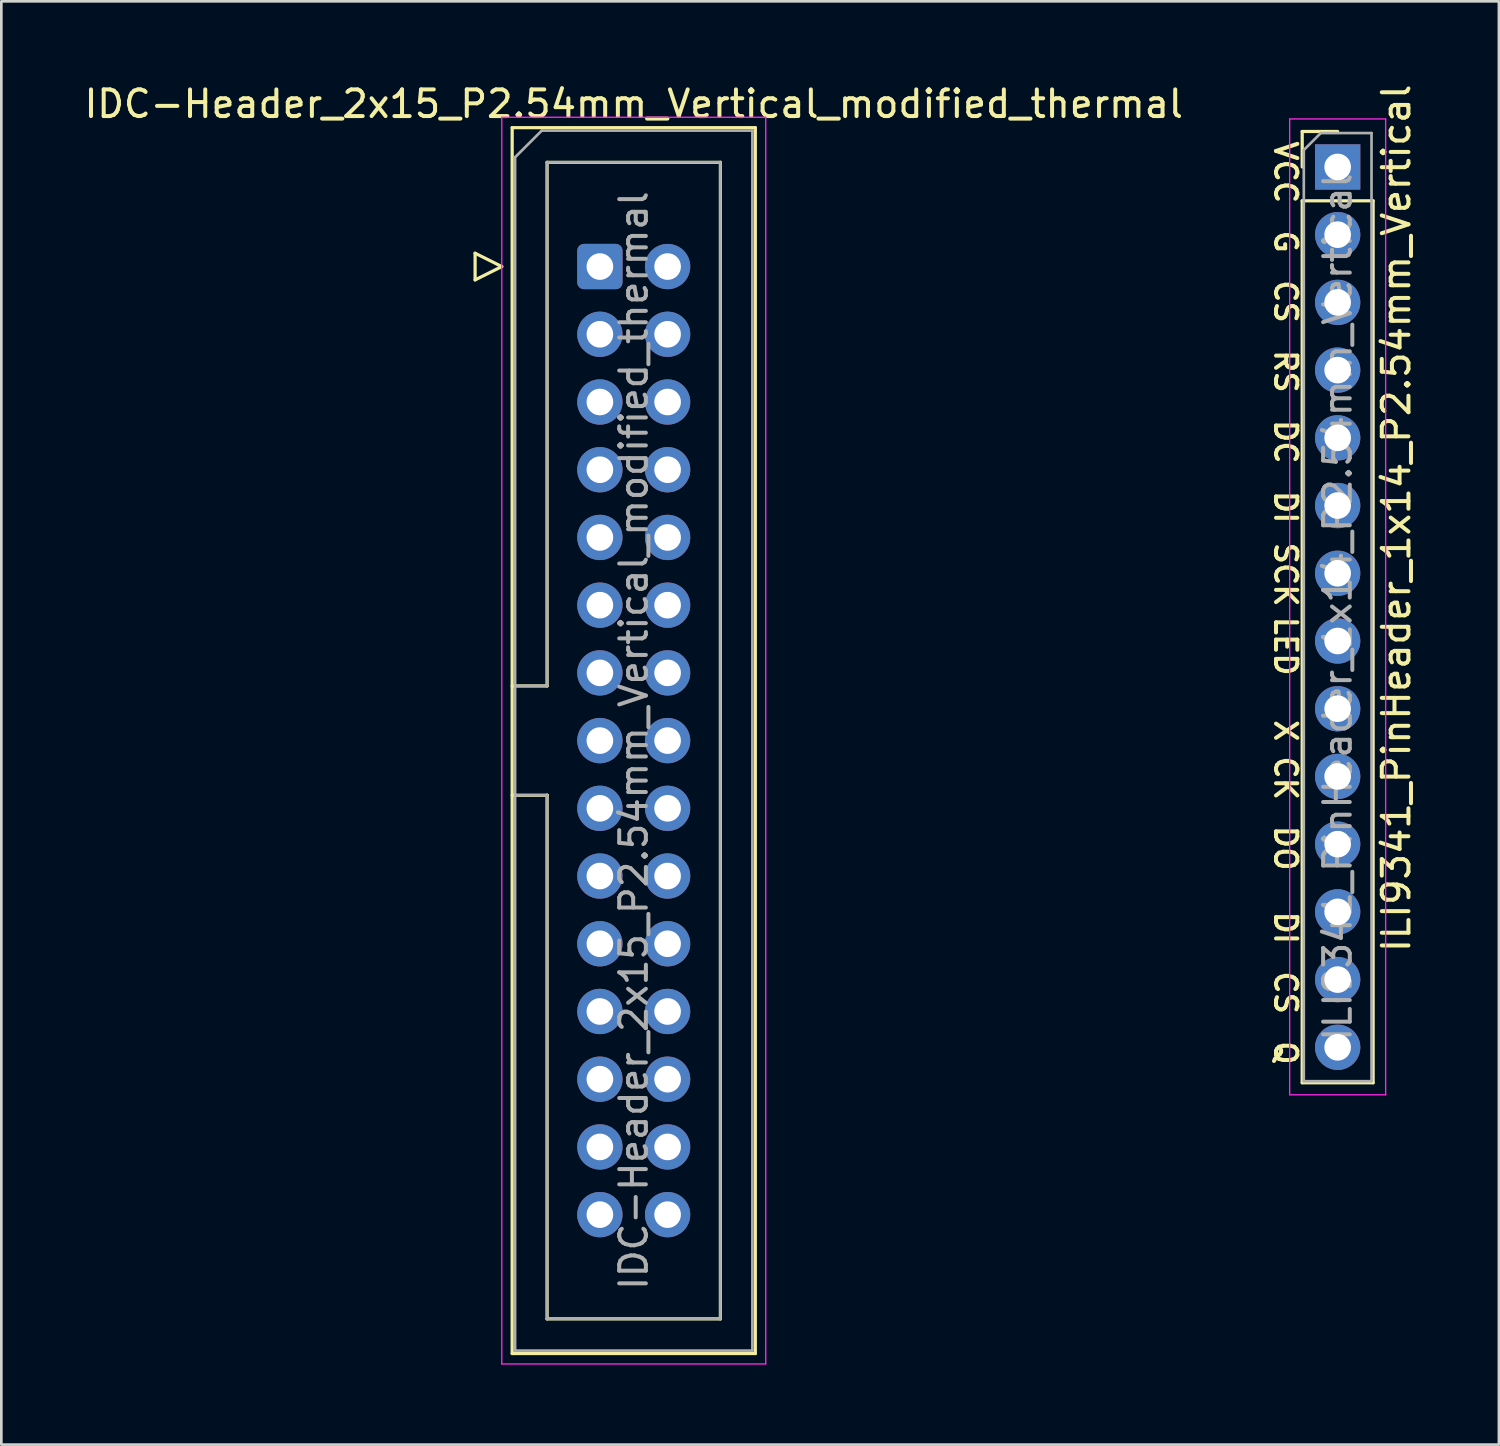
<source format=kicad_pcb>
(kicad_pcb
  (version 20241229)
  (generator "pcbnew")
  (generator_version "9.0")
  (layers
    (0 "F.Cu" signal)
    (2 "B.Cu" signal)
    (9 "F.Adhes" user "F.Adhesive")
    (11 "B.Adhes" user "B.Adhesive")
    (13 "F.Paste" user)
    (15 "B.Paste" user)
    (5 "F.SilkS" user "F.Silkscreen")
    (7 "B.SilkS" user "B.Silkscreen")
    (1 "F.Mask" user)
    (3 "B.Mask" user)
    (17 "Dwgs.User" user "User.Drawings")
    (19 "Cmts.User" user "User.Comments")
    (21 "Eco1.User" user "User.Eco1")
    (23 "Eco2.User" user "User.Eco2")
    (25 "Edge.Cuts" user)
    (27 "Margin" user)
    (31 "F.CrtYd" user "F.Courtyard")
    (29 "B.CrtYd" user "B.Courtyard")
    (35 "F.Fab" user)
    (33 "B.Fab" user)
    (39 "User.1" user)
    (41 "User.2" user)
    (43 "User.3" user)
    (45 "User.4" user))
  (footprint "IDC-Header_2x15_P2.54mm_Vertical_modified_thermal"
    (layer "F.Cu")
    (at 19.45 6.948)
    (property "Reference" "IDC-Header_2x15_P2.54mm_Vertical_modified_thermal" (at 1.27 -6.1 0) (layer "F.SilkS") (effects (font (size 1 1) (thickness 0.15))))
    (attr through_hole)
    (fp_line (start -4.68 -0.5) (end -4.68 0.5) (stroke (width 0.12) (type solid)) (layer "F.SilkS"))
    (fp_line (start -4.68 0.5) (end -3.68 0) (stroke (width 0.12) (type solid)) (layer "F.SilkS"))
    (fp_line (start -3.68 0) (end -4.68 -0.5) (stroke (width 0.12) (type solid)) (layer "F.SilkS"))
    (fp_line (start -3.29 -5.21) (end 5.83 -5.21) (stroke (width 0.12) (type solid)) (layer "F.SilkS"))
    (fp_line (start -3.29 15.73) (end -1.98 15.73) (stroke (width 0.12) (type solid)) (layer "F.SilkS"))
    (fp_line (start -3.29 40.77) (end -3.29 -5.21) (stroke (width 0.12) (type solid)) (layer "F.SilkS"))
    (fp_line (start -1.98 -3.91) (end 4.52 -3.91) (stroke (width 0.12) (type solid)) (layer "F.SilkS"))
    (fp_line (start -1.98 15.73) (end -1.98 -3.91) (stroke (width 0.12) (type solid)) (layer "F.SilkS"))
    (fp_line (start -1.98 19.83) (end -3.29 19.83) (stroke (width 0.12) (type solid)) (layer "F.SilkS"))
    (fp_line (start -1.98 19.83) (end -1.98 19.83) (stroke (width 0.12) (type solid)) (layer "F.SilkS"))
    (fp_line (start -1.98 39.47) (end -1.98 19.83) (stroke (width 0.12) (type solid)) (layer "F.SilkS"))
    (fp_line (start 4.52 -3.91) (end 4.52 39.47) (stroke (width 0.12) (type solid)) (layer "F.SilkS"))
    (fp_line (start 4.52 39.47) (end -1.98 39.47) (stroke (width 0.12) (type solid)) (layer "F.SilkS"))
    (fp_line (start 5.83 -5.21) (end 5.83 40.77) (stroke (width 0.12) (type solid)) (layer "F.SilkS"))
    (fp_line (start 5.83 40.77) (end -3.29 40.77) (stroke (width 0.12) (type solid)) (layer "F.SilkS"))
    (fp_line (start -3.68 -5.6) (end -3.68 41.16) (stroke (width 0.05) (type solid)) (layer "F.CrtYd"))
    (fp_line (start -3.68 41.16) (end 6.22 41.16) (stroke (width 0.05) (type solid)) (layer "F.CrtYd"))
    (fp_line (start 6.22 -5.6) (end -3.68 -5.6) (stroke (width 0.05) (type solid)) (layer "F.CrtYd"))
    (fp_line (start 6.22 41.16) (end 6.22 -5.6) (stroke (width 0.05) (type solid)) (layer "F.CrtYd"))
    (fp_line (start -3.18 -4.1) (end -2.18 -5.1) (stroke (width 0.1) (type solid)) (layer "F.Fab"))
    (fp_line (start -3.18 15.73) (end -1.98 15.73) (stroke (width 0.1) (type solid)) (layer "F.Fab"))
    (fp_line (start -3.18 40.66) (end -3.18 -4.1) (stroke (width 0.1) (type solid)) (layer "F.Fab"))
    (fp_line (start -2.18 -5.1) (end 5.72 -5.1) (stroke (width 0.1) (type solid)) (layer "F.Fab"))
    (fp_line (start -1.98 -3.91) (end 4.52 -3.91) (stroke (width 0.1) (type solid)) (layer "F.Fab"))
    (fp_line (start -1.98 15.73) (end -1.98 -3.91) (stroke (width 0.1) (type solid)) (layer "F.Fab"))
    (fp_line (start -1.98 19.83) (end -3.18 19.83) (stroke (width 0.1) (type solid)) (layer "F.Fab"))
    (fp_line (start -1.98 19.83) (end -1.98 19.83) (stroke (width 0.1) (type solid)) (layer "F.Fab"))
    (fp_line (start -1.98 39.47) (end -1.98 19.83) (stroke (width 0.1) (type solid)) (layer "F.Fab"))
    (fp_line (start 4.52 -3.91) (end 4.52 39.47) (stroke (width 0.1) (type solid)) (layer "F.Fab"))
    (fp_line (start 4.52 39.47) (end -1.98 39.47) (stroke (width 0.1) (type solid)) (layer "F.Fab"))
    (fp_line (start 5.72 -5.1) (end 5.72 40.66) (stroke (width 0.1) (type solid)) (layer "F.Fab"))
    (fp_line (start 5.72 40.66) (end -3.18 40.66) (stroke (width 0.1) (type solid)) (layer "F.Fab"))
    (fp_text user "${REFERENCE}" (at 1.27 17.78 90) (layer "F.Fab") (effects (font (size 1 1) (thickness 0.15))))
    (pad "1" thru_hole roundrect (at 0 0) (size 1.7 1.7) (drill 1) (layers "*.Cu" "*.Mask") (roundrect_rratio 0.147))
    (pad "2" thru_hole circle (at 2.54 0 45) (size 1.7 1.7) (drill 1) (layers "*.Cu" "*.Mask"))
    (pad "3" thru_hole circle (at 0 2.54) (size 1.7 1.7) (drill 1) (layers "*.Cu" "*.Mask"))
    (pad "4" thru_hole circle (at 2.54 2.54 45) (size 1.7 1.7) (drill 1) (layers "*.Cu" "*.Mask"))
    (pad "5" thru_hole circle (at 0 5.08) (size 1.7 1.7) (drill 1) (layers "*.Cu" "*.Mask"))
    (pad "6" thru_hole circle (at 2.54 5.08 45) (size 1.7 1.7) (drill 1) (layers "*.Cu" "*.Mask"))
    (pad "7" thru_hole circle (at 0 7.62) (size 1.7 1.7) (drill 1) (layers "*.Cu" "*.Mask"))
    (pad "8" thru_hole circle (at 2.54 7.62 45) (size 1.7 1.7) (drill 1) (layers "*.Cu" "*.Mask"))
    (pad "9" thru_hole circle (at 0 10.16) (size 1.7 1.7) (drill 1) (layers "*.Cu" "*.Mask"))
    (pad "10" thru_hole circle (at 2.54 10.16 45) (size 1.7 1.7) (drill 1) (layers "*.Cu" "*.Mask"))
    (pad "11" thru_hole circle (at 0 12.7) (size 1.7 1.7) (drill 1) (layers "*.Cu" "*.Mask"))
    (pad "12" thru_hole circle (at 2.54 12.7 45) (size 1.7 1.7) (drill 1) (layers "*.Cu" "*.Mask"))
    (pad "13" thru_hole circle (at 0 15.24) (size 1.7 1.7) (drill 1) (layers "*.Cu" "*.Mask"))
    (pad "14" thru_hole circle (at 2.54 15.24 45) (size 1.7 1.7) (drill 1) (layers "*.Cu" "*.Mask"))
    (pad "15" thru_hole circle (at 0 17.78) (size 1.7 1.7) (drill 1) (layers "*.Cu" "*.Mask"))
    (pad "16" thru_hole circle (at 2.54 17.78 45) (size 1.7 1.7) (drill 1) (layers "*.Cu" "*.Mask"))
    (pad "17" thru_hole circle (at 0 20.32) (size 1.7 1.7) (drill 1) (layers "*.Cu" "*.Mask"))
    (pad "18" thru_hole circle (at 2.54 20.32 45) (size 1.7 1.7) (drill 1) (layers "*.Cu" "*.Mask"))
    (pad "19" thru_hole circle (at 0 22.86) (size 1.7 1.7) (drill 1) (layers "*.Cu" "*.Mask"))
    (pad "20" thru_hole circle (at 2.54 22.86 45) (size 1.7 1.7) (drill 1) (layers "*.Cu" "*.Mask"))
    (pad "21" thru_hole circle (at 0 25.4) (size 1.7 1.7) (drill 1) (layers "*.Cu" "*.Mask"))
    (pad "22" thru_hole circle (at 2.54 25.4 45) (size 1.7 1.7) (drill 1) (layers "*.Cu" "*.Mask"))
    (pad "23" thru_hole circle (at 0 27.94) (size 1.7 1.7) (drill 1) (layers "*.Cu" "*.Mask"))
    (pad "24" thru_hole circle (at 2.54 27.94 45) (size 1.7 1.7) (drill 1) (layers "*.Cu" "*.Mask"))
    (pad "25" thru_hole circle (at 0 30.48) (size 1.7 1.7) (drill 1) (layers "*.Cu" "*.Mask"))
    (pad "26" thru_hole circle (at 2.54 30.48 45) (size 1.7 1.7) (drill 1) (layers "*.Cu" "*.Mask"))
    (pad "27" thru_hole circle (at 0 33.02) (size 1.7 1.7) (drill 1) (layers "*.Cu" "*.Mask"))
    (pad "28" thru_hole circle (at 2.54 33.02 45) (size 1.7 1.7) (drill 1) (layers "*.Cu" "*.Mask"))
    (pad "29" thru_hole circle (at 0 35.56) (size 1.7 1.7) (drill 1) (layers "*.Cu" "*.Mask"))
    (pad "30" thru_hole circle (at 2.54 35.56 45) (size 1.7 1.7) (drill 1) (layers "*.Cu" "*.Mask")))
  (footprint "ILI9341_PinHeader_1x14_P2.54mm_Vertical"
    (layer "F.Cu")
    (at 47.122 3.212)
    (property "Reference" "ILI9341_PinHeader_1x14_P2.54mm_Vertical" (at 2.2 13.175 90) (layer "F.SilkS") (effects (font (size 1 1) (thickness 0.15))))
    (attr through_hole exclude_from_bom)
    (fp_line (start -1.33 -1.33) (end 0 -1.33) (stroke (width 0.12) (type solid)) (layer "F.SilkS"))
    (fp_line (start -1.33 0) (end -1.33 -1.33) (stroke (width 0.12) (type solid)) (layer "F.SilkS"))
    (fp_line (start -1.33 1.27) (end -1.33 34.35) (stroke (width 0.12) (type solid)) (layer "F.SilkS"))
    (fp_line (start -1.33 1.27) (end 1.33 1.27) (stroke (width 0.12) (type solid)) (layer "F.SilkS"))
    (fp_line (start -1.33 34.35) (end 1.33 34.35) (stroke (width 0.12) (type solid)) (layer "F.SilkS"))
    (fp_line (start 1.33 1.27) (end 1.33 34.35) (stroke (width 0.12) (type solid)) (layer "F.SilkS"))
    (fp_line (start -1.8 -1.8) (end -1.8 34.8) (stroke (width 0.05) (type solid)) (layer "F.CrtYd"))
    (fp_line (start -1.8 34.8) (end 1.8 34.8) (stroke (width 0.05) (type solid)) (layer "F.CrtYd"))
    (fp_line (start 1.8 -1.8) (end -1.8 -1.8) (stroke (width 0.05) (type solid)) (layer "F.CrtYd"))
    (fp_line (start 1.8 34.8) (end 1.8 -1.8) (stroke (width 0.05) (type solid)) (layer "F.CrtYd"))
    (fp_line (start -1.27 -0.635) (end -0.635 -1.27) (stroke (width 0.1) (type solid)) (layer "F.Fab"))
    (fp_line (start -1.27 34.29) (end -1.27 -0.635) (stroke (width 0.1) (type solid)) (layer "F.Fab"))
    (fp_line (start -0.635 -1.27) (end 1.27 -1.27) (stroke (width 0.1) (type solid)) (layer "F.Fab"))
    (fp_line (start 1.27 -1.27) (end 1.27 34.29) (stroke (width 0.1) (type solid)) (layer "F.Fab"))
    (fp_line (start 1.27 34.29) (end -1.27 34.29) (stroke (width 0.1) (type solid)) (layer "F.Fab"))
    (fp_text user "DI" (at -1.95 28.536 270) (unlocked yes) (layer "F.SilkS") (effects (font (size 0.8 0.8) (thickness 0.15))))
    (fp_text user "DC" (at -1.95 10.308 270) (unlocked yes) (layer "F.SilkS") (effects (font (size 0.8 0.8) (thickness 0.15))))
    (fp_text user "LED" (at -1.95 17.975 270) (unlocked yes) (layer "F.SilkS") (effects (font (size 0.8 0.8) (thickness 0.15))))
    (fp_text user "G" (at -1.95 2.803 270) (unlocked yes) (layer "F.SilkS") (effects (font (size 0.8 0.8) (thickness 0.15))))
    (fp_text user "Q" (at -1.95 33.228 270) (unlocked yes) (layer "F.SilkS") (effects (font (size 0.8 0.8) (thickness 0.15))))
    (fp_text user "RS" (at -1.95 7.667 270) (unlocked yes) (layer "F.SilkS") (effects (font (size 0.8 0.8) (thickness 0.15))))
    (fp_text user "CK" (at -1.95 22.925 270) (unlocked yes) (layer "F.SilkS") (effects (font (size 0.8 0.8) (thickness 0.15))))
    (fp_text user "SCK" (at -1.95 15.291 270) (unlocked yes) (layer "F.SilkS") (effects (font (size 0.8 0.8) (thickness 0.15))))
    (fp_text user "DO" (at -1.95 25.55 270) (unlocked yes) (layer "F.SilkS") (effects (font (size 0.8 0.8) (thickness 0.15))))
    (fp_text user "CS" (at -1.95 5.045 270) (unlocked yes) (layer "F.SilkS") (effects (font (size 0.8 0.8) (thickness 0.15))))
    (fp_text user "X" (at -1.95 21.145 270) (unlocked yes) (layer "F.SilkS") (effects (font (size 0.8 0.8) (thickness 0.15))))
    (fp_text user "VCC" (at -1.95 0.2 270) (unlocked yes) (layer "F.SilkS") (effects (font (size 0.8 0.8) (thickness 0.15))))
    (fp_text user "CS" (at -1.95 30.968 270) (unlocked yes) (layer "F.SilkS") (effects (font (size 0.8 0.8) (thickness 0.15))))
    (fp_text user "DI" (at -1.95 12.759 270) (unlocked yes) (layer "F.SilkS") (effects (font (size 0.8 0.8) (thickness 0.15))))
    (fp_text user "${REFERENCE}" (at 0 16.51 90) (layer "F.Fab") (effects (font (size 1 1) (thickness 0.15))))
    (pad "1" thru_hole rect (at 0 0) (size 1.7 1.7) (drill 1) (layers "*.Cu" "*.Mask"))
    (pad "2" thru_hole oval (at 0 2.54) (size 1.7 1.7) (drill 1) (layers "*.Cu" "*.Mask"))
    (pad "3" thru_hole oval (at 0 5.08) (size 1.7 1.7) (drill 1) (layers "*.Cu" "*.Mask"))
    (pad "4" thru_hole oval (at 0 7.62) (size 1.7 1.7) (drill 1) (layers "*.Cu" "*.Mask"))
    (pad "5" thru_hole oval (at 0 10.16) (size 1.7 1.7) (drill 1) (layers "*.Cu" "*.Mask"))
    (pad "6" thru_hole oval (at 0 12.7) (size 1.7 1.7) (drill 1) (layers "*.Cu" "*.Mask"))
    (pad "7" thru_hole oval (at 0 15.24) (size 1.7 1.7) (drill 1) (layers "*.Cu" "*.Mask"))
    (pad "8" thru_hole oval (at 0 17.78) (size 1.7 1.7) (drill 1) (layers "*.Cu" "*.Mask"))
    (pad "9" thru_hole oval (at 0 20.32) (size 1.7 1.7) (drill 1) (layers "*.Cu" "*.Mask"))
    (pad "10" thru_hole oval (at 0 22.86) (size 1.7 1.7) (drill 1) (layers "*.Cu" "*.Mask"))
    (pad "11" thru_hole oval (at 0 25.4) (size 1.7 1.7) (drill 1) (layers "*.Cu" "*.Mask"))
    (pad "12" thru_hole oval (at 0 27.94) (size 1.7 1.7) (drill 1) (layers "*.Cu" "*.Mask"))
    (pad "13" thru_hole oval (at 0 30.48) (size 1.7 1.7) (drill 1) (layers "*.Cu" "*.Mask"))
    (pad "14" thru_hole oval (at 0 33.02) (size 1.7 1.7) (drill 1) (layers "*.Cu" "*.Mask")))
  (gr_rect
    (start -3 -3)
    (end 53.17 51.133)
    (stroke (width 0.1) (type default))
    (fill no)
    (layer "Edge.Cuts")))
</source>
